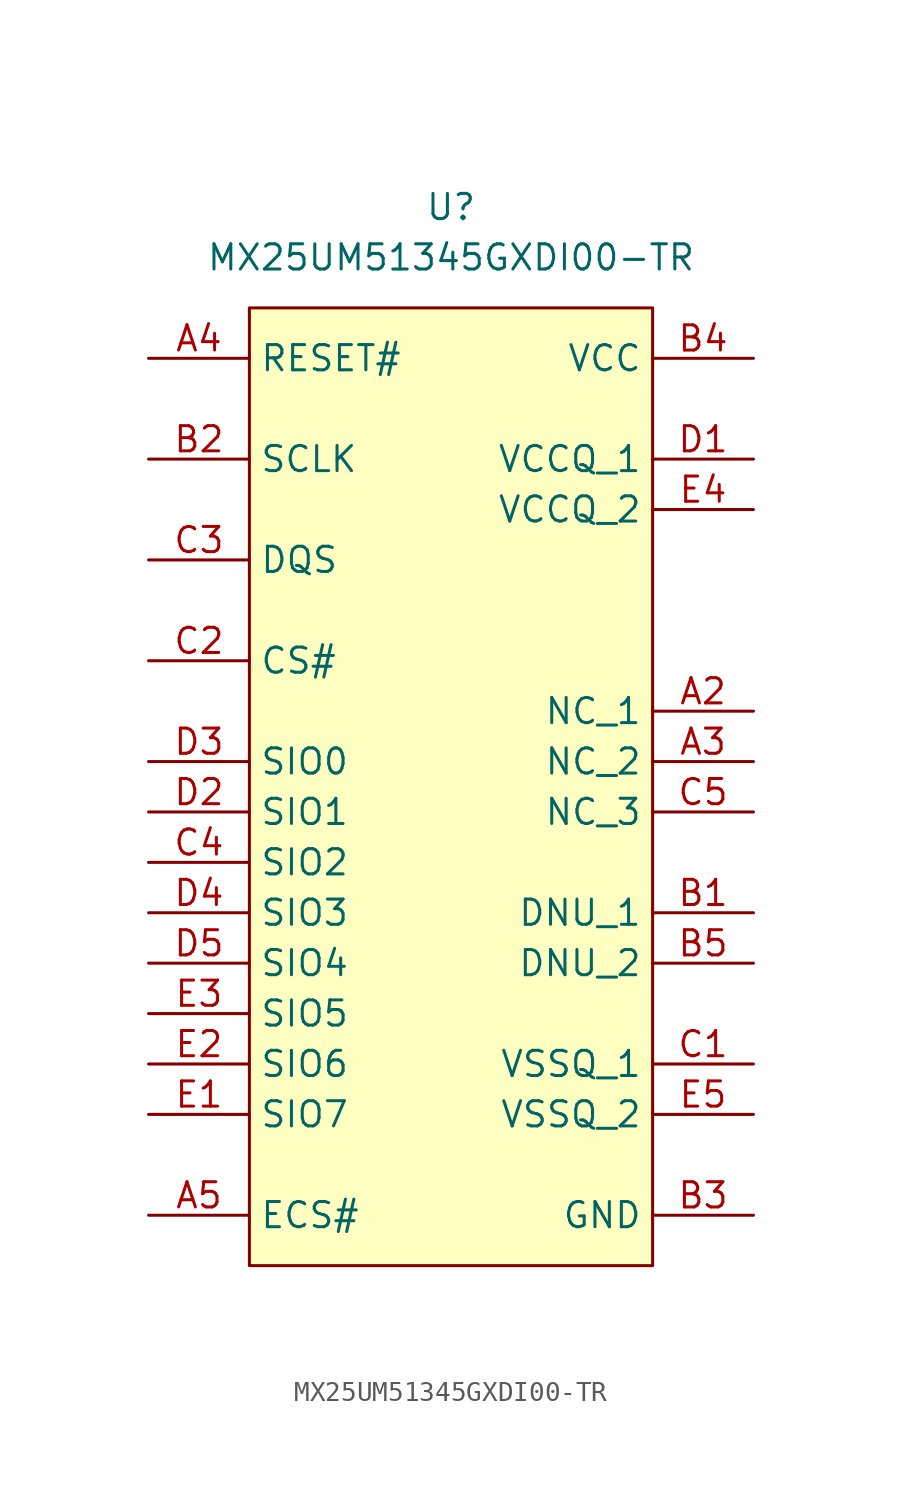
<source format=kicad_sym>
(kicad_symbol_lib
  (version 20241209)
  (generator "kicad_symbol_editor")
  (generator_version "9.0")
  (symbol "MX25UM51345GXDI00-TR"
    (property "Reference" "U"
      (at 0 5.08 0)
      (effects (font (size 1.27 1.27))))
    (property "Value" "MX25UM51345GXDI00-TR"
      (at 0 2.54 0)
      (effects (font (size 1.27 1.27))))
    (symbol "MX25UM51345GXDI00-TR_1_1"
      (rectangle (start -10.16 0) (end 10.16 -48.26) (stroke (width 0) (type solid)) (fill (type background)))
      (pin passive line (at -15.24 -2.54 0) (length 5.08) (name "RESET#" (effects (font (size 1.27 1.27)))) (number "A4" (effects (font (size 1.27 1.27)))))
      (pin passive line (at -15.24 -7.62 0) (length 5.08) (name "SCLK" (effects (font (size 1.27 1.27)))) (number "B2" (effects (font (size 1.27 1.27)))))
      (pin passive line (at -15.24 -12.7 0) (length 5.08) (name "DQS" (effects (font (size 1.27 1.27)))) (number "C3" (effects (font (size 1.27 1.27)))))
      (pin passive line (at -15.24 -17.78 0) (length 5.08) (name "CS#" (effects (font (size 1.27 1.27)))) (number "C2" (effects (font (size 1.27 1.27)))))
      (pin passive line (at -15.24 -22.86 0) (length 5.08) (name "SIO0" (effects (font (size 1.27 1.27)))) (number "D3" (effects (font (size 1.27 1.27)))))
      (pin passive line (at -15.24 -25.4 0) (length 5.08) (name "SIO1" (effects (font (size 1.27 1.27)))) (number "D2" (effects (font (size 1.27 1.27)))))
      (pin passive line (at -15.24 -27.94 0) (length 5.08) (name "SIO2" (effects (font (size 1.27 1.27)))) (number "C4" (effects (font (size 1.27 1.27)))))
      (pin passive line (at -15.24 -30.48 0) (length 5.08) (name "SIO3" (effects (font (size 1.27 1.27)))) (number "D4" (effects (font (size 1.27 1.27)))))
      (pin passive line (at -15.24 -33.02 0) (length 5.08) (name "SIO4" (effects (font (size 1.27 1.27)))) (number "D5" (effects (font (size 1.27 1.27)))))
      (pin passive line (at -15.24 -35.56 0) (length 5.08) (name "SIO5" (effects (font (size 1.27 1.27)))) (number "E3" (effects (font (size 1.27 1.27)))))
      (pin passive line (at -15.24 -38.1 0) (length 5.08) (name "SIO6" (effects (font (size 1.27 1.27)))) (number "E2" (effects (font (size 1.27 1.27)))))
      (pin passive line (at -15.24 -40.64 0) (length 5.08) (name "SIO7" (effects (font (size 1.27 1.27)))) (number "E1" (effects (font (size 1.27 1.27)))))
      (pin passive line (at -15.24 -45.72 0) (length 5.08) (name "ECS#" (effects (font (size 1.27 1.27)))) (number "A5" (effects (font (size 1.27 1.27)))))
      (pin passive line (at 15.24 -2.54 180) (length 5.08) (name "VCC" (effects (font (size 1.27 1.27)))) (number "B4" (effects (font (size 1.27 1.27)))))
      (pin passive line (at 15.24 -7.62 180) (length 5.08) (name "VCCQ_1" (effects (font (size 1.27 1.27)))) (number "D1" (effects (font (size 1.27 1.27)))))
      (pin passive line (at 15.24 -10.16 180) (length 5.08) (name "VCCQ_2" (effects (font (size 1.27 1.27)))) (number "E4" (effects (font (size 1.27 1.27)))))
      (pin passive line (at 15.24 -20.32 180) (length 5.08) (name "NC_1" (effects (font (size 1.27 1.27)))) (number "A2" (effects (font (size 1.27 1.27)))))
      (pin passive line (at 15.24 -22.86 180) (length 5.08) (name "NC_2" (effects (font (size 1.27 1.27)))) (number "A3" (effects (font (size 1.27 1.27)))))
      (pin passive line (at 15.24 -25.4 180) (length 5.08) (name "NC_3" (effects (font (size 1.27 1.27)))) (number "C5" (effects (font (size 1.27 1.27)))))
      (pin passive line (at 15.24 -30.48 180) (length 5.08) (name "DNU_1" (effects (font (size 1.27 1.27)))) (number "B1" (effects (font (size 1.27 1.27)))))
      (pin passive line (at 15.24 -33.02 180) (length 5.08) (name "DNU_2" (effects (font (size 1.27 1.27)))) (number "B5" (effects (font (size 1.27 1.27)))))
      (pin passive line (at 15.24 -38.1 180) (length 5.08) (name "VSSQ_1" (effects (font (size 1.27 1.27)))) (number "C1" (effects (font (size 1.27 1.27)))))
      (pin passive line (at 15.24 -40.64 180) (length 5.08) (name "VSSQ_2" (effects (font (size 1.27 1.27)))) (number "E5" (effects (font (size 1.27 1.27)))))
      (pin passive line (at 15.24 -45.72 180) (length 5.08) (name "GND" (effects (font (size 1.27 1.27)))) (number "B3" (effects (font (size 1.27 1.27))))))))
</source>
